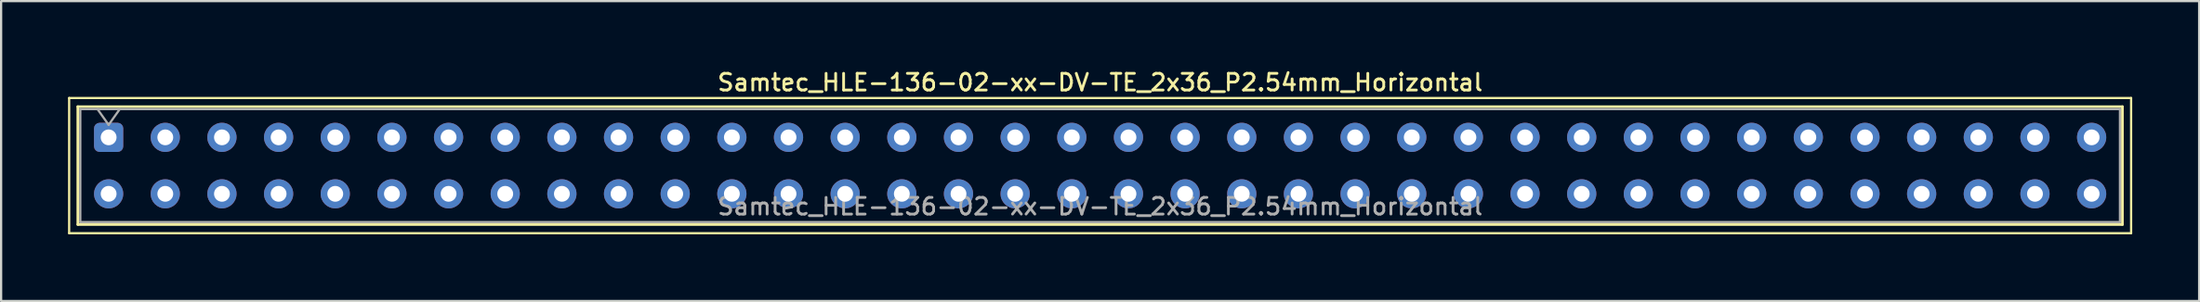
<source format=kicad_pcb>
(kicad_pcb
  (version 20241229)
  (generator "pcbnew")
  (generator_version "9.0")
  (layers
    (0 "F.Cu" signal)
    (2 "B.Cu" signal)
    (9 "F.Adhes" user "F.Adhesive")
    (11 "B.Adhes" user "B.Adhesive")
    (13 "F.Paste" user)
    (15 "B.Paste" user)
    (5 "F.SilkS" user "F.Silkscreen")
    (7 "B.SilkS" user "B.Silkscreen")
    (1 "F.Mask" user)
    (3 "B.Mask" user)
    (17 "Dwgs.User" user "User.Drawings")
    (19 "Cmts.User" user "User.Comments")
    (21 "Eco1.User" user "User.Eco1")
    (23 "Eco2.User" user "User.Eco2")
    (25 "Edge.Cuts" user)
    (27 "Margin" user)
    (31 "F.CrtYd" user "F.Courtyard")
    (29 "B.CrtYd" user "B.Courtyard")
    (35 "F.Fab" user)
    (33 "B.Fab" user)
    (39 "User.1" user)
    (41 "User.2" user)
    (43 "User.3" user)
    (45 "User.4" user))
  (footprint "Samtec_HLE-136-02-xx-DV-TE_2x36_P2.54mm_Horizontal"
    (layer "F.Cu")
    (at 1.82 3.128)
    (property "Reference" "Samtec_HLE-136-02-xx-DV-TE_2x36_P2.54mm_Horizontal" (at 44.45 -2.47 0) (layer "F.SilkS") (effects (font (size 0.75 0.75) (thickness 0.125))))
    (attr through_hole)
    (fp_line (start -1.77 -1.77) (end 90.67 -1.77) (stroke (width 0.1) (type solid)) (layer "F.SilkS"))
    (fp_line (start -1.77 4.31) (end -1.77 -1.77) (stroke (width 0.1) (type solid)) (layer "F.SilkS"))
    (fp_line (start -1.38 -1.38) (end 90.28 -1.38) (stroke (width 0.12) (type solid)) (layer "F.SilkS"))
    (fp_line (start -1.38 3.92) (end -1.38 -1.38) (stroke (width 0.12) (type solid)) (layer "F.SilkS"))
    (fp_line (start 90.28 -1.38) (end 90.28 3.92) (stroke (width 0.12) (type solid)) (layer "F.SilkS"))
    (fp_line (start 90.28 3.92) (end -1.38 3.92) (stroke (width 0.12) (type solid)) (layer "F.SilkS"))
    (fp_line (start 90.67 -1.77) (end 90.67 4.31) (stroke (width 0.1) (type solid)) (layer "F.SilkS"))
    (fp_line (start 90.67 4.31) (end -1.77 4.31) (stroke (width 0.1) (type solid)) (layer "F.SilkS"))
    (fp_line (start -1.27 -1.27) (end 90.17 -1.27) (stroke (width 0.1) (type solid)) (layer "F.Fab"))
    (fp_line (start -1.27 3.81) (end -1.27 -1.27) (stroke (width 0.1) (type solid)) (layer "F.Fab"))
    (fp_line (start -0.5 -1.27) (end 0 -0.563) (stroke (width 0.1) (type solid)) (layer "F.Fab"))
    (fp_line (start 0 -0.563) (end 0.5 -1.27) (stroke (width 0.1) (type solid)) (layer "F.Fab"))
    (fp_line (start 90.17 -1.27) (end 90.17 3.81) (stroke (width 0.1) (type solid)) (layer "F.Fab"))
    (fp_line (start 90.17 3.81) (end -1.27 3.81) (stroke (width 0.1) (type solid)) (layer "F.Fab"))
    (fp_text user "${REFERENCE}" (at 44.45 3.11 0) (layer "F.Fab") (effects (font (size 0.75 0.75) (thickness 0.125))))
    (pad "1" thru_hole roundrect (at 0 0) (size 1.31 1.31) (drill 0.71) (layers "*.Cu" "*.Mask") (roundrect_rratio 0.191))
    (pad "2" thru_hole circle (at 0 2.54) (size 1.31 1.31) (drill 0.71) (layers "*.Cu" "*.Mask"))
    (pad "3" thru_hole circle (at 2.54 0) (size 1.31 1.31) (drill 0.71) (layers "*.Cu" "*.Mask"))
    (pad "4" thru_hole circle (at 2.54 2.54) (size 1.31 1.31) (drill 0.71) (layers "*.Cu" "*.Mask"))
    (pad "5" thru_hole circle (at 5.08 0) (size 1.31 1.31) (drill 0.71) (layers "*.Cu" "*.Mask"))
    (pad "6" thru_hole circle (at 5.08 2.54) (size 1.31 1.31) (drill 0.71) (layers "*.Cu" "*.Mask"))
    (pad "7" thru_hole circle (at 7.62 0) (size 1.31 1.31) (drill 0.71) (layers "*.Cu" "*.Mask"))
    (pad "8" thru_hole circle (at 7.62 2.54) (size 1.31 1.31) (drill 0.71) (layers "*.Cu" "*.Mask"))
    (pad "9" thru_hole circle (at 10.16 0) (size 1.31 1.31) (drill 0.71) (layers "*.Cu" "*.Mask"))
    (pad "10" thru_hole circle (at 10.16 2.54) (size 1.31 1.31) (drill 0.71) (layers "*.Cu" "*.Mask"))
    (pad "11" thru_hole circle (at 12.7 0) (size 1.31 1.31) (drill 0.71) (layers "*.Cu" "*.Mask"))
    (pad "12" thru_hole circle (at 12.7 2.54) (size 1.31 1.31) (drill 0.71) (layers "*.Cu" "*.Mask"))
    (pad "13" thru_hole circle (at 15.24 0) (size 1.31 1.31) (drill 0.71) (layers "*.Cu" "*.Mask"))
    (pad "14" thru_hole circle (at 15.24 2.54) (size 1.31 1.31) (drill 0.71) (layers "*.Cu" "*.Mask"))
    (pad "15" thru_hole circle (at 17.78 0) (size 1.31 1.31) (drill 0.71) (layers "*.Cu" "*.Mask"))
    (pad "16" thru_hole circle (at 17.78 2.54) (size 1.31 1.31) (drill 0.71) (layers "*.Cu" "*.Mask"))
    (pad "17" thru_hole circle (at 20.32 0) (size 1.31 1.31) (drill 0.71) (layers "*.Cu" "*.Mask"))
    (pad "18" thru_hole circle (at 20.32 2.54) (size 1.31 1.31) (drill 0.71) (layers "*.Cu" "*.Mask"))
    (pad "19" thru_hole circle (at 22.86 0) (size 1.31 1.31) (drill 0.71) (layers "*.Cu" "*.Mask"))
    (pad "20" thru_hole circle (at 22.86 2.54) (size 1.31 1.31) (drill 0.71) (layers "*.Cu" "*.Mask"))
    (pad "21" thru_hole circle (at 25.4 0) (size 1.31 1.31) (drill 0.71) (layers "*.Cu" "*.Mask"))
    (pad "22" thru_hole circle (at 25.4 2.54) (size 1.31 1.31) (drill 0.71) (layers "*.Cu" "*.Mask"))
    (pad "23" thru_hole circle (at 27.94 0) (size 1.31 1.31) (drill 0.71) (layers "*.Cu" "*.Mask"))
    (pad "24" thru_hole circle (at 27.94 2.54) (size 1.31 1.31) (drill 0.71) (layers "*.Cu" "*.Mask"))
    (pad "25" thru_hole circle (at 30.48 0) (size 1.31 1.31) (drill 0.71) (layers "*.Cu" "*.Mask"))
    (pad "26" thru_hole circle (at 30.48 2.54) (size 1.31 1.31) (drill 0.71) (layers "*.Cu" "*.Mask"))
    (pad "27" thru_hole circle (at 33.02 0) (size 1.31 1.31) (drill 0.71) (layers "*.Cu" "*.Mask"))
    (pad "28" thru_hole circle (at 33.02 2.54) (size 1.31 1.31) (drill 0.71) (layers "*.Cu" "*.Mask"))
    (pad "29" thru_hole circle (at 35.56 0) (size 1.31 1.31) (drill 0.71) (layers "*.Cu" "*.Mask"))
    (pad "30" thru_hole circle (at 35.56 2.54) (size 1.31 1.31) (drill 0.71) (layers "*.Cu" "*.Mask"))
    (pad "31" thru_hole circle (at 38.1 0) (size 1.31 1.31) (drill 0.71) (layers "*.Cu" "*.Mask"))
    (pad "32" thru_hole circle (at 38.1 2.54) (size 1.31 1.31) (drill 0.71) (layers "*.Cu" "*.Mask"))
    (pad "33" thru_hole circle (at 40.64 0) (size 1.31 1.31) (drill 0.71) (layers "*.Cu" "*.Mask"))
    (pad "34" thru_hole circle (at 40.64 2.54) (size 1.31 1.31) (drill 0.71) (layers "*.Cu" "*.Mask"))
    (pad "35" thru_hole circle (at 43.18 0) (size 1.31 1.31) (drill 0.71) (layers "*.Cu" "*.Mask"))
    (pad "36" thru_hole circle (at 43.18 2.54) (size 1.31 1.31) (drill 0.71) (layers "*.Cu" "*.Mask"))
    (pad "37" thru_hole circle (at 45.72 0) (size 1.31 1.31) (drill 0.71) (layers "*.Cu" "*.Mask"))
    (pad "38" thru_hole circle (at 45.72 2.54) (size 1.31 1.31) (drill 0.71) (layers "*.Cu" "*.Mask"))
    (pad "39" thru_hole circle (at 48.26 0) (size 1.31 1.31) (drill 0.71) (layers "*.Cu" "*.Mask"))
    (pad "40" thru_hole circle (at 48.26 2.54) (size 1.31 1.31) (drill 0.71) (layers "*.Cu" "*.Mask"))
    (pad "41" thru_hole circle (at 50.8 0) (size 1.31 1.31) (drill 0.71) (layers "*.Cu" "*.Mask"))
    (pad "42" thru_hole circle (at 50.8 2.54) (size 1.31 1.31) (drill 0.71) (layers "*.Cu" "*.Mask"))
    (pad "43" thru_hole circle (at 53.34 0) (size 1.31 1.31) (drill 0.71) (layers "*.Cu" "*.Mask"))
    (pad "44" thru_hole circle (at 53.34 2.54) (size 1.31 1.31) (drill 0.71) (layers "*.Cu" "*.Mask"))
    (pad "45" thru_hole circle (at 55.88 0) (size 1.31 1.31) (drill 0.71) (layers "*.Cu" "*.Mask"))
    (pad "46" thru_hole circle (at 55.88 2.54) (size 1.31 1.31) (drill 0.71) (layers "*.Cu" "*.Mask"))
    (pad "47" thru_hole circle (at 58.42 0) (size 1.31 1.31) (drill 0.71) (layers "*.Cu" "*.Mask"))
    (pad "48" thru_hole circle (at 58.42 2.54) (size 1.31 1.31) (drill 0.71) (layers "*.Cu" "*.Mask"))
    (pad "49" thru_hole circle (at 60.96 0) (size 1.31 1.31) (drill 0.71) (layers "*.Cu" "*.Mask"))
    (pad "50" thru_hole circle (at 60.96 2.54) (size 1.31 1.31) (drill 0.71) (layers "*.Cu" "*.Mask"))
    (pad "51" thru_hole circle (at 63.5 0) (size 1.31 1.31) (drill 0.71) (layers "*.Cu" "*.Mask"))
    (pad "52" thru_hole circle (at 63.5 2.54) (size 1.31 1.31) (drill 0.71) (layers "*.Cu" "*.Mask"))
    (pad "53" thru_hole circle (at 66.04 0) (size 1.31 1.31) (drill 0.71) (layers "*.Cu" "*.Mask"))
    (pad "54" thru_hole circle (at 66.04 2.54) (size 1.31 1.31) (drill 0.71) (layers "*.Cu" "*.Mask"))
    (pad "55" thru_hole circle (at 68.58 0) (size 1.31 1.31) (drill 0.71) (layers "*.Cu" "*.Mask"))
    (pad "56" thru_hole circle (at 68.58 2.54) (size 1.31 1.31) (drill 0.71) (layers "*.Cu" "*.Mask"))
    (pad "57" thru_hole circle (at 71.12 0) (size 1.31 1.31) (drill 0.71) (layers "*.Cu" "*.Mask"))
    (pad "58" thru_hole circle (at 71.12 2.54) (size 1.31 1.31) (drill 0.71) (layers "*.Cu" "*.Mask"))
    (pad "59" thru_hole circle (at 73.66 0) (size 1.31 1.31) (drill 0.71) (layers "*.Cu" "*.Mask"))
    (pad "60" thru_hole circle (at 73.66 2.54) (size 1.31 1.31) (drill 0.71) (layers "*.Cu" "*.Mask"))
    (pad "61" thru_hole circle (at 76.2 0) (size 1.31 1.31) (drill 0.71) (layers "*.Cu" "*.Mask"))
    (pad "62" thru_hole circle (at 76.2 2.54) (size 1.31 1.31) (drill 0.71) (layers "*.Cu" "*.Mask"))
    (pad "63" thru_hole circle (at 78.74 0) (size 1.31 1.31) (drill 0.71) (layers "*.Cu" "*.Mask"))
    (pad "64" thru_hole circle (at 78.74 2.54) (size 1.31 1.31) (drill 0.71) (layers "*.Cu" "*.Mask"))
    (pad "65" thru_hole circle (at 81.28 0) (size 1.31 1.31) (drill 0.71) (layers "*.Cu" "*.Mask"))
    (pad "66" thru_hole circle (at 81.28 2.54) (size 1.31 1.31) (drill 0.71) (layers "*.Cu" "*.Mask"))
    (pad "67" thru_hole circle (at 83.82 0) (size 1.31 1.31) (drill 0.71) (layers "*.Cu" "*.Mask"))
    (pad "68" thru_hole circle (at 83.82 2.54) (size 1.31 1.31) (drill 0.71) (layers "*.Cu" "*.Mask"))
    (pad "69" thru_hole circle (at 86.36 0) (size 1.31 1.31) (drill 0.71) (layers "*.Cu" "*.Mask"))
    (pad "70" thru_hole circle (at 86.36 2.54) (size 1.31 1.31) (drill 0.71) (layers "*.Cu" "*.Mask"))
    (pad "71" thru_hole circle (at 88.9 0) (size 1.31 1.31) (drill 0.71) (layers "*.Cu" "*.Mask"))
    (pad "72" thru_hole circle (at 88.9 2.54) (size 1.31 1.31) (drill 0.71) (layers "*.Cu" "*.Mask")))
  (gr_rect
    (start -3 -3)
    (end 95.54 10.488)
    (stroke (width 0.1) (type default))
    (fill no)
    (layer "Edge.Cuts")))
</source>
